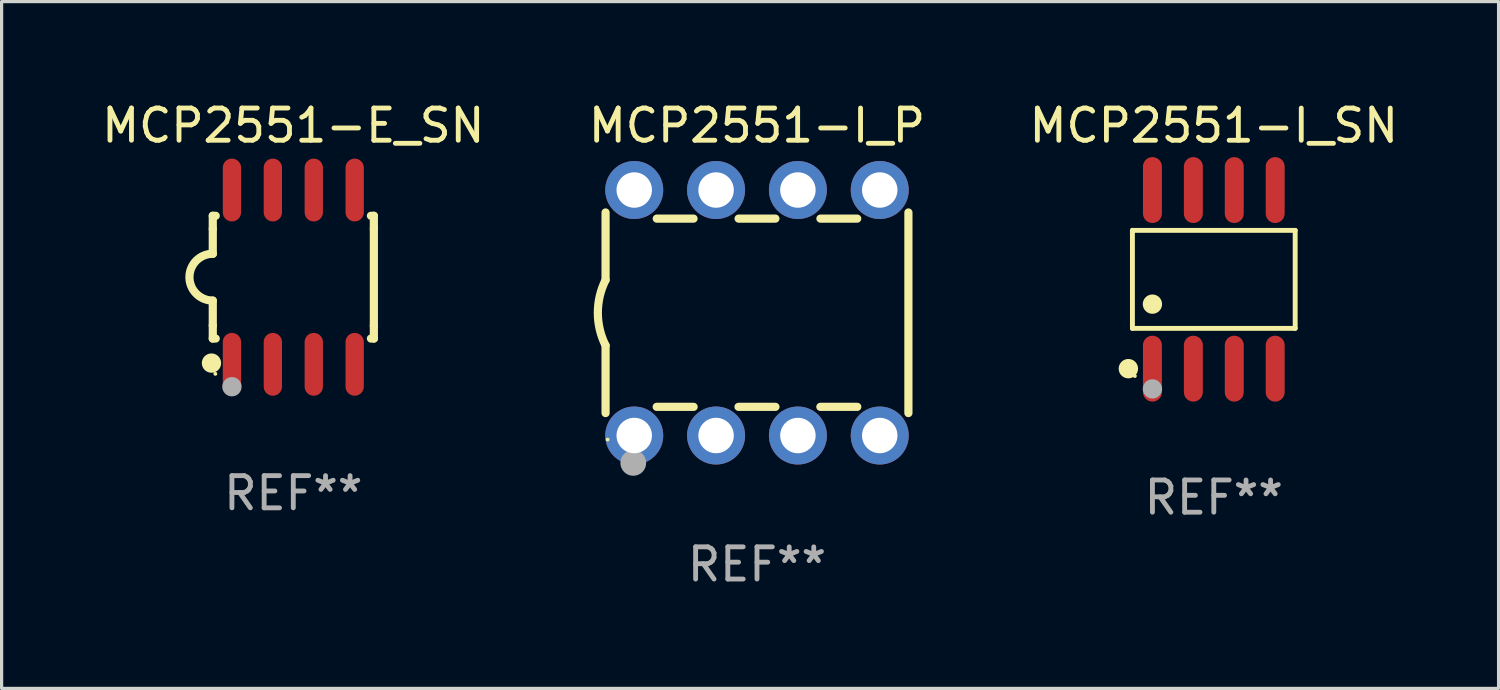
<source format=kicad_pcb>
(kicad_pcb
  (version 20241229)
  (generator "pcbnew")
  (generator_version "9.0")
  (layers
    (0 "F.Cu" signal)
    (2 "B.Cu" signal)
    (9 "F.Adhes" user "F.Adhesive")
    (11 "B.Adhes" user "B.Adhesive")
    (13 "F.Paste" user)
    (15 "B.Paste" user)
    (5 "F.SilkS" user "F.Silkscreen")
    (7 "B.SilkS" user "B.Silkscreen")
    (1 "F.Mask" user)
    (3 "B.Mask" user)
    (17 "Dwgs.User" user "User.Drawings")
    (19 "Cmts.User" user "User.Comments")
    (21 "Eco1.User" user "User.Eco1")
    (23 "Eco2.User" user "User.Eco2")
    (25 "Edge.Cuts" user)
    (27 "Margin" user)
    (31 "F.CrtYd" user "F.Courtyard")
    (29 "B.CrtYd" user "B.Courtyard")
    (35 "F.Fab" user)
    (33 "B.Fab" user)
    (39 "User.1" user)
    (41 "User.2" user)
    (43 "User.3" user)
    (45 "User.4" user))
  (footprint "MCP2551-I_SN"
    (layer "F.Cu")
    (at 34.625 5.621)
    (property "Reference" "MCP2551-I_SN" (at 0 -4.772 0) (layer "F.SilkS") (effects (font (size 1 1) (thickness 0.15))))
    (attr through_hole)
    (fp_line (start -2.526 -1.521) (end 2.526 -1.521) (stroke (width 0.152) (type solid)) (layer "F.SilkS"))
    (fp_line (start -2.526 1.521) (end -2.526 -1.521) (stroke (width 0.152) (type solid)) (layer "F.SilkS"))
    (fp_line (start 2.526 -1.521) (end 2.526 1.521) (stroke (width 0.152) (type solid)) (layer "F.SilkS"))
    (fp_line (start 2.526 1.521) (end -2.526 1.521) (stroke (width 0.152) (type solid)) (layer "F.SilkS"))
    (fp_circle (center -2.652 2.772) (end -2.501 2.772) (stroke (width 0.3) (type solid)) (fill no) (layer "F.SilkS"))
    (fp_circle (center -2.45 3) (end -2.42 3) (stroke (width 0.06) (type solid)) (fill no) (layer "F.SilkS"))
    (fp_circle (center -1.905 0.769) (end -1.755 0.769) (stroke (width 0.3) (type solid)) (fill no) (layer "F.SilkS"))
    (fp_circle (center -1.905 3.4) (end -1.755 3.4) (stroke (width 0.3) (type solid)) (fill no) (layer "F.Fab"))
    (fp_text user "REF**" (at 0 6.772 0) (layer "F.Fab") (effects (font (size 1 1) (thickness 0.15))))
    (pad "1" smd oval (at -1.905 2.772) (size 0.588 2.045) (layers "F.Cu" "F.Mask" "F.Paste"))
    (pad "2" smd oval (at -0.635 2.772) (size 0.588 2.045) (layers "F.Cu" "F.Mask" "F.Paste"))
    (pad "3" smd oval (at 0.635 2.772) (size 0.588 2.045) (layers "F.Cu" "F.Mask" "F.Paste"))
    (pad "4" smd oval (at 1.905 2.772) (size 0.588 2.045) (layers "F.Cu" "F.Mask" "F.Paste"))
    (pad "5" smd oval (at 1.905 -2.772) (size 0.588 2.045) (layers "F.Cu" "F.Mask" "F.Paste"))
    (pad "6" smd oval (at 0.635 -2.772) (size 0.588 2.045) (layers "F.Cu" "F.Mask" "F.Paste"))
    (pad "7" smd oval (at -0.635 -2.772) (size 0.588 2.045) (layers "F.Cu" "F.Mask" "F.Paste"))
    (pad "8" smd oval (at -1.905 -2.772) (size 0.588 2.045) (layers "F.Cu" "F.Mask" "F.Paste")))
  (footprint "MCP2551-E_SN"
    (layer "F.Cu")
    (at 6.054 5.553)
    (property "Reference" "MCP2551-E_SN" (at 0 -4.705 0) (layer "F.SilkS") (effects (font (size 1 1) (thickness 0.15))))
    (attr through_hole)
    (fp_line (start -2.5 -1.905) (end -2.409 -1.905) (stroke (width 0.254) (type solid)) (layer "F.SilkS"))
    (fp_line (start -2.5 -1.5) (end -2.5 -1.905) (stroke (width 0.254) (type solid)) (layer "F.SilkS"))
    (fp_line (start -2.5 -1.5) (end -2.5 -0.726) (stroke (width 0.254) (type solid)) (layer "F.SilkS"))
    (fp_line (start -2.5 1.5) (end -2.5 0.727) (stroke (width 0.254) (type solid)) (layer "F.SilkS"))
    (fp_line (start -2.5 1.5) (end -2.5 1.905) (stroke (width 0.254) (type solid)) (layer "F.SilkS"))
    (fp_line (start -2.5 1.905) (end -2.409 1.905) (stroke (width 0.254) (type solid)) (layer "F.SilkS"))
    (fp_line (start 2.5 -1.905) (end 2.409 -1.905) (stroke (width 0.254) (type solid)) (layer "F.SilkS"))
    (fp_line (start 2.5 -1.5) (end 2.5 -1.905) (stroke (width 0.254) (type solid)) (layer "F.SilkS"))
    (fp_line (start 2.5 -1.5) (end 2.5 1.5) (stroke (width 0.254) (type solid)) (layer "F.SilkS"))
    (fp_line (start 2.5 1.5) (end 2.5 1.905) (stroke (width 0.254) (type solid)) (layer "F.SilkS"))
    (fp_line (start 2.5 1.905) (end 2.409 1.905) (stroke (width 0.254) (type solid)) (layer "F.SilkS"))
    (fp_arc (start -2.5 0.726568) (mid -3.220316 -0.0023) (end -2.495097 -0.726289) (stroke (width 0.254001) (type solid)) (layer "F.SilkS"))
    (fp_circle (center -2.54 2.667) (end -2.39 2.667) (stroke (width 0.3) (type solid)) (fill no) (layer "F.SilkS"))
    (fp_circle (center -2.42 3) (end -2.39 3) (stroke (width 0.06) (type solid)) (fill no) (layer "F.SilkS"))
    (fp_circle (center -1.905 3.4) (end -1.755 3.4) (stroke (width 0.3) (type solid)) (fill no) (layer "F.Fab"))
    (fp_text user "REF**" (at 0 6.705 0) (layer "F.Fab") (effects (font (size 1 1) (thickness 0.15))))
    (pad "1" smd oval (at -1.905 2.705) (size 0.568 1.95) (layers "F.Cu" "F.Mask" "F.Paste"))
    (pad "2" smd oval (at -0.635 2.705) (size 0.568 1.95) (layers "F.Cu" "F.Mask" "F.Paste"))
    (pad "3" smd oval (at 0.635 2.705) (size 0.568 1.95) (layers "F.Cu" "F.Mask" "F.Paste"))
    (pad "4" smd oval (at 1.905 2.705) (size 0.568 1.95) (layers "F.Cu" "F.Mask" "F.Paste"))
    (pad "5" smd oval (at 1.905 -2.705) (size 0.568 1.95) (layers "F.Cu" "F.Mask" "F.Paste"))
    (pad "6" smd oval (at 0.635 -2.705) (size 0.568 1.95) (layers "F.Cu" "F.Mask" "F.Paste"))
    (pad "7" smd oval (at -0.635 -2.705) (size 0.568 1.95) (layers "F.Cu" "F.Mask" "F.Paste"))
    (pad "8" smd oval (at -1.905 -2.705) (size 0.568 1.95) (layers "F.Cu" "F.Mask" "F.Paste")))
  (footprint "MCP2551-I_P"
    (layer "F.Cu")
    (at 20.446 6.658)
    (property "Reference" "MCP2551-I_P" (at 0 -5.81 0) (layer "F.SilkS") (effects (font (size 1 1) (thickness 0.15))))
    (attr through_hole)
    (fp_line (start -4.7 -1.017) (end -4.7 -3.113) (stroke (width 0.254) (type solid)) (layer "F.SilkS"))
    (fp_line (start -4.7 1.015) (end -4.7 3.113) (stroke (width 0.254) (type solid)) (layer "F.SilkS"))
    (fp_line (start -3.113 2.92) (end -1.967 2.92) (stroke (width 0.254) (type solid)) (layer "F.SilkS"))
    (fp_line (start -3.111 -2.922) (end -1.969 -2.922) (stroke (width 0.254) (type solid)) (layer "F.SilkS"))
    (fp_line (start -0.573 2.92) (end 0.573 2.92) (stroke (width 0.254) (type solid)) (layer "F.SilkS"))
    (fp_line (start -0.571 -2.922) (end 0.571 -2.922) (stroke (width 0.254) (type solid)) (layer "F.SilkS"))
    (fp_line (start 1.967 2.92) (end 3.113 2.92) (stroke (width 0.254) (type solid)) (layer "F.SilkS"))
    (fp_line (start 1.969 -2.922) (end 3.111 -2.922) (stroke (width 0.254) (type solid)) (layer "F.SilkS"))
    (fp_line (start 4.7 -3.113) (end 4.7 3.113) (stroke (width 0.254) (type solid)) (layer "F.SilkS"))
    (fp_arc (start -4.7 1.01524) (mid -4.939846 -0.000762) (end -4.7 -1.016764) (stroke (width 0.254001) (type solid)) (layer "F.SilkS"))
    (fp_circle (center -4.636 3.935) (end -4.606 3.935) (stroke (width 0.06) (type solid)) (fill no) (layer "F.SilkS"))
    (fp_circle (center -3.84 4.66) (end -3.64 4.66) (stroke (width 0.4) (type solid)) (fill no) (layer "F.Fab"))
    (fp_text user "REF**" (at 0 7.81 0) (layer "F.Fab") (effects (font (size 1 1) (thickness 0.15))))
    (pad "1" thru_hole circle (at -3.81 3.81) (size 1.8 1.8) (drill 1.1) (layers "*.Cu" "*.Mask"))
    (pad "2" thru_hole circle (at -1.27 3.81) (size 1.8 1.8) (drill 1.1) (layers "*.Cu" "*.Mask"))
    (pad "3" thru_hole circle (at 1.27 3.81) (size 1.8 1.8) (drill 1.1) (layers "*.Cu" "*.Mask"))
    (pad "4" thru_hole circle (at 3.81 3.81) (size 1.8 1.8) (drill 1.1) (layers "*.Cu" "*.Mask"))
    (pad "5" thru_hole circle (at 3.81 -3.81) (size 1.8 1.8) (drill 1.1) (layers "*.Cu" "*.Mask"))
    (pad "6" thru_hole circle (at 1.27 -3.81) (size 1.8 1.8) (drill 1.1) (layers "*.Cu" "*.Mask"))
    (pad "7" thru_hole circle (at -1.27 -3.81) (size 1.8 1.8) (drill 1.1) (layers "*.Cu" "*.Mask"))
    (pad "8" thru_hole circle (at -3.81 -3.81) (size 1.8 1.8) (drill 1.1) (layers "*.Cu" "*.Mask")))
  (gr_rect
    (start -3 -3)
    (end 43.464 18.317)
    (stroke (width 0.1) (type default))
    (fill no)
    (layer "Edge.Cuts")))
</source>
